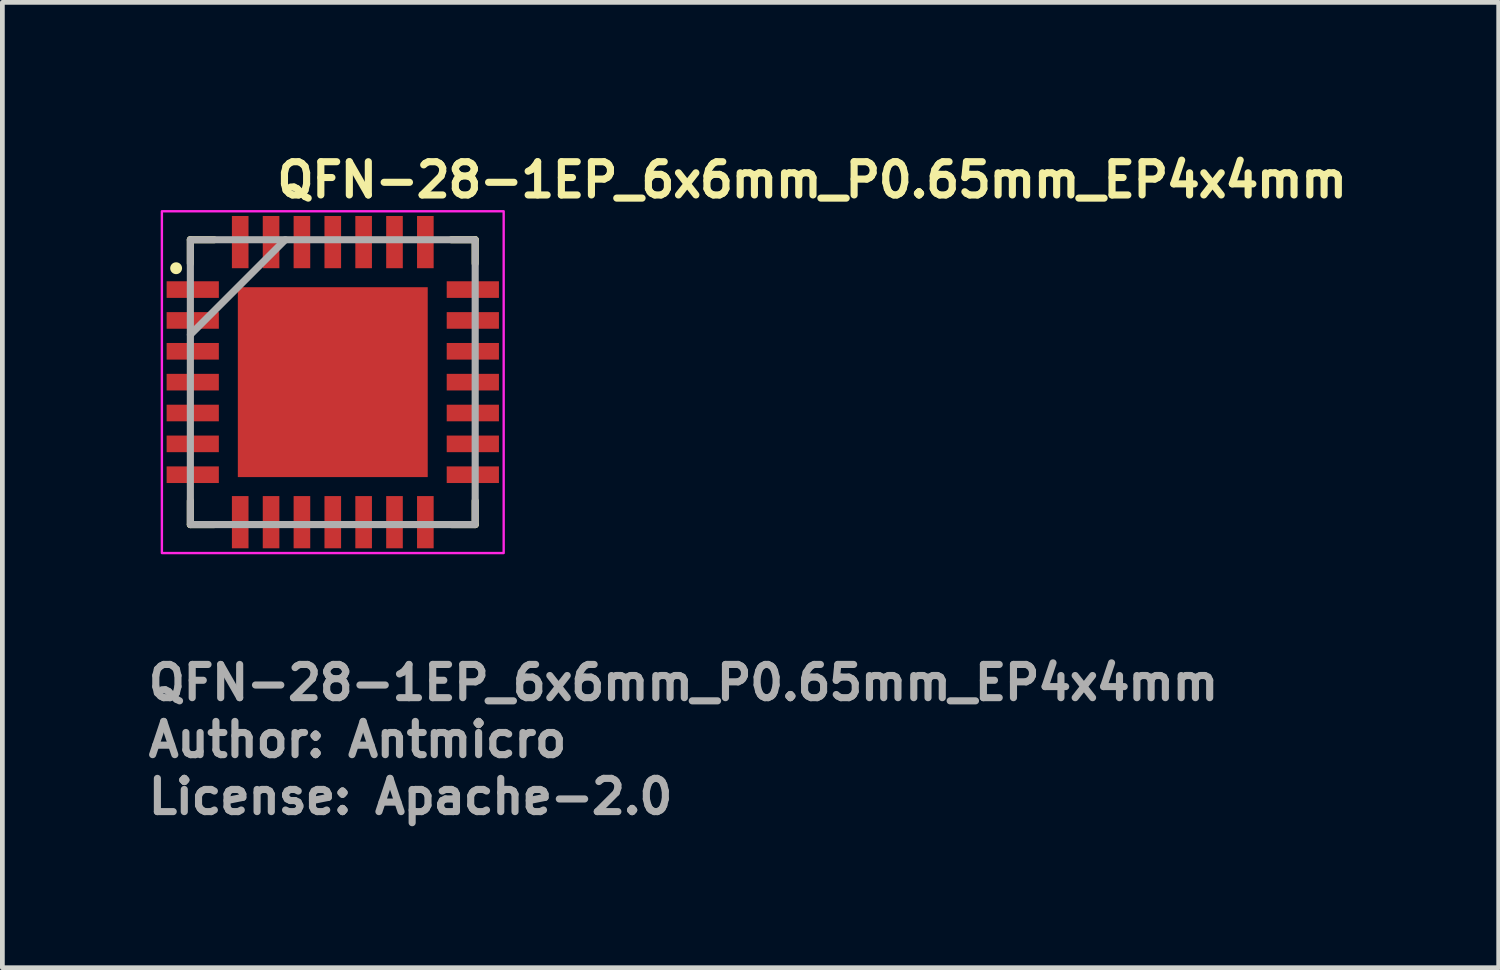
<source format=kicad_pcb>
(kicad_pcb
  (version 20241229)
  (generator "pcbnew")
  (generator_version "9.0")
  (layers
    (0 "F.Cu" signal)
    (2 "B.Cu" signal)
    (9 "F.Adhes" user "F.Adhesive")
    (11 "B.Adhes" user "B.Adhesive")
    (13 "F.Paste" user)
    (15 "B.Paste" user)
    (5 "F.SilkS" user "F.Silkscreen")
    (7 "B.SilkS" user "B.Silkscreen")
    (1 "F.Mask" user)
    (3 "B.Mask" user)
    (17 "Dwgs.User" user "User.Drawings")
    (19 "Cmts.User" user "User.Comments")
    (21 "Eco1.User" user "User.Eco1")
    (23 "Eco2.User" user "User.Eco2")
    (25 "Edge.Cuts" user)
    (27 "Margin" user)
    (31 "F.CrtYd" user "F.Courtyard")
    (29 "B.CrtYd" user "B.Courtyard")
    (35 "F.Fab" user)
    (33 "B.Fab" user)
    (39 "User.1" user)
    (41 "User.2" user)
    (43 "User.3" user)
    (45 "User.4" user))
  (footprint "QFN-28-1EP_6x6mm_P0.65mm_EP4x4mm"
    (layer "F.Cu")
    (at 3.96 5)
    (property "Reference" "QFN-28-1EP_6x6mm_P0.65mm_EP4x4mm" (at -1.25 -3.85 0) (layer "F.SilkS") (effects (font (size 0.7 0.7) (thickness 0.15)) (justify left bottom)))
    (attr smd)
    (fp_line (start -3 -3) (end -3 -2.5) (stroke (width 0.15) (type solid)) (layer "F.SilkS"))
    (fp_line (start -3 -3) (end -2.5 -3) (stroke (width 0.15) (type solid)) (layer "F.SilkS"))
    (fp_line (start -3 3) (end -3 2.5) (stroke (width 0.15) (type solid)) (layer "F.SilkS"))
    (fp_line (start -3 3) (end -2.5 3) (stroke (width 0.15) (type solid)) (layer "F.SilkS"))
    (fp_line (start 3 -3) (end 2.5 -3) (stroke (width 0.15) (type solid)) (layer "F.SilkS"))
    (fp_line (start 3 -3) (end 3 -2.5) (stroke (width 0.15) (type solid)) (layer "F.SilkS"))
    (fp_line (start 3 3) (end 2.5 3) (stroke (width 0.15) (type solid)) (layer "F.SilkS"))
    (fp_line (start 3 3) (end 3 2.5) (stroke (width 0.15) (type solid)) (layer "F.SilkS"))
    (fp_circle (center -3.3 -2.4) (end -3.25 -2.4) (stroke (width 0.15) (type solid)) (fill yes) (layer "F.SilkS"))
    (fp_poly (pts (xy -1.17 -1.17) (xy 1.17 -1.17) (xy 1.17 1.17) (xy -1.17 1.17)) (stroke (width 0.01) (type solid)) (fill yes) (layer "F.Paste"))
    (fp_rect (start -3.6 -3.6) (end 3.6 3.6) (stroke (width 0.05) (type solid)) (fill no) (layer "F.CrtYd"))
    (fp_line (start -3 -1) (end -1 -3) (stroke (width 0.15) (type solid)) (layer "F.Fab"))
    (fp_rect (start -3 -3) (end 3 3) (stroke (width 0.15) (type solid)) (fill no) (layer "F.Fab"))
    (fp_rect (start -3.01 -3.01) (end 3.01 3.01) (stroke (width 0.1) (type solid)) (fill no) (layer "User.5"))
    (fp_line (start -3.01 -2.1) (end -3 -2.1) (stroke (width 0.02) (type solid)) (layer "User.9"))
    (fp_line (start -3.01 -1.8) (end -3.01 -2.1) (stroke (width 0.02) (type solid)) (layer "User.9"))
    (fp_line (start -3.01 -1.45) (end -3 -1.45) (stroke (width 0.02) (type solid)) (layer "User.9"))
    (fp_line (start -3.01 -1.15) (end -3.01 -1.45) (stroke (width 0.02) (type solid)) (layer "User.9"))
    (fp_line (start -3.01 -0.8) (end -3 -0.8) (stroke (width 0.02) (type solid)) (layer "User.9"))
    (fp_line (start -3.01 -0.5) (end -3.01 -0.8) (stroke (width 0.02) (type solid)) (layer "User.9"))
    (fp_line (start -3.01 -0.15) (end -3 -0.15) (stroke (width 0.02) (type solid)) (layer "User.9"))
    (fp_line (start -3.01 0.15) (end -3.01 -0.15) (stroke (width 0.02) (type solid)) (layer "User.9"))
    (fp_line (start -3.01 0.5) (end -3 0.5) (stroke (width 0.02) (type solid)) (layer "User.9"))
    (fp_line (start -3.01 0.8) (end -3.01 0.5) (stroke (width 0.02) (type solid)) (layer "User.9"))
    (fp_line (start -3.01 1.15) (end -3 1.15) (stroke (width 0.02) (type solid)) (layer "User.9"))
    (fp_line (start -3.01 1.45) (end -3.01 1.15) (stroke (width 0.02) (type solid)) (layer "User.9"))
    (fp_line (start -3.01 1.8) (end -3 1.8) (stroke (width 0.02) (type solid)) (layer "User.9"))
    (fp_line (start -3.01 2.1) (end -3.01 1.8) (stroke (width 0.02) (type solid)) (layer "User.9"))
    (fp_line (start -3 -3) (end -3 3) (stroke (width 0.02) (type solid)) (layer "User.9"))
    (fp_line (start -3 -1.8) (end -3.01 -1.8) (stroke (width 0.02) (type solid)) (layer "User.9"))
    (fp_line (start -3 -1.15) (end -3.01 -1.15) (stroke (width 0.02) (type solid)) (layer "User.9"))
    (fp_line (start -3 -0.5) (end -3.01 -0.5) (stroke (width 0.02) (type solid)) (layer "User.9"))
    (fp_line (start -3 0.15) (end -3.01 0.15) (stroke (width 0.02) (type solid)) (layer "User.9"))
    (fp_line (start -3 0.8) (end -3.01 0.8) (stroke (width 0.02) (type solid)) (layer "User.9"))
    (fp_line (start -3 1.45) (end -3.01 1.45) (stroke (width 0.02) (type solid)) (layer "User.9"))
    (fp_line (start -3 2.1) (end -3.01 2.1) (stroke (width 0.02) (type solid)) (layer "User.9"))
    (fp_line (start -3 3) (end 3 3) (stroke (width 0.02) (type solid)) (layer "User.9"))
    (fp_line (start -2.55 -2.3) (end -2.549 -2.284) (stroke (width 0.02) (type solid)) (layer "User.9"))
    (fp_line (start -2.549 -2.316) (end -2.55 -2.3) (stroke (width 0.02) (type solid)) (layer "User.9"))
    (fp_line (start -2.549 -2.284) (end -2.548 -2.268) (stroke (width 0.02) (type solid)) (layer "User.9"))
    (fp_line (start -2.548 -2.332) (end -2.549 -2.316) (stroke (width 0.02) (type solid)) (layer "User.9"))
    (fp_line (start -2.548 -2.268) (end -2.545 -2.252) (stroke (width 0.02) (type solid)) (layer "User.9"))
    (fp_line (start -2.545 -2.348) (end -2.548 -2.332) (stroke (width 0.02) (type solid)) (layer "User.9"))
    (fp_line (start -2.545 -2.252) (end -2.542 -2.236) (stroke (width 0.02) (type solid)) (layer "User.9"))
    (fp_line (start -2.542 -2.364) (end -2.545 -2.348) (stroke (width 0.02) (type solid)) (layer "User.9"))
    (fp_line (start -2.542 -2.236) (end -2.537 -2.22) (stroke (width 0.02) (type solid)) (layer "User.9"))
    (fp_line (start -2.537 -2.38) (end -2.542 -2.364) (stroke (width 0.02) (type solid)) (layer "User.9"))
    (fp_line (start -2.537 -2.22) (end -2.531 -2.205) (stroke (width 0.02) (type solid)) (layer "User.9"))
    (fp_line (start -2.531 -2.395) (end -2.537 -2.38) (stroke (width 0.02) (type solid)) (layer "User.9"))
    (fp_line (start -2.531 -2.205) (end -2.524 -2.19) (stroke (width 0.02) (type solid)) (layer "User.9"))
    (fp_line (start -2.524 -2.41) (end -2.531 -2.395) (stroke (width 0.02) (type solid)) (layer "User.9"))
    (fp_line (start -2.524 -2.19) (end -2.517 -2.175) (stroke (width 0.02) (type solid)) (layer "User.9"))
    (fp_line (start -2.517 -2.425) (end -2.524 -2.41) (stroke (width 0.02) (type solid)) (layer "User.9"))
    (fp_line (start -2.517 -2.425) (end -2.517 -2.425) (stroke (width 0.02) (type solid)) (layer "User.9"))
    (fp_line (start -2.517 -2.175) (end -2.517 -2.175) (stroke (width 0.02) (type solid)) (layer "User.9"))
    (fp_line (start -2.517 -2.175) (end -2.512 -2.168) (stroke (width 0.02) (type solid)) (layer "User.9"))
    (fp_line (start -2.512 -2.168) (end -2.508 -2.161) (stroke (width 0.02) (type solid)) (layer "User.9"))
    (fp_line (start -2.508 -2.439) (end -2.517 -2.425) (stroke (width 0.02) (type solid)) (layer "User.9"))
    (fp_line (start -2.508 -2.161) (end -2.503 -2.154) (stroke (width 0.02) (type solid)) (layer "User.9"))
    (fp_line (start -2.503 -2.154) (end -2.498 -2.147) (stroke (width 0.02) (type solid)) (layer "User.9"))
    (fp_line (start -2.498 -2.453) (end -2.508 -2.439) (stroke (width 0.02) (type solid)) (layer "User.9"))
    (fp_line (start -2.498 -2.147) (end -2.493 -2.141) (stroke (width 0.02) (type solid)) (layer "User.9"))
    (fp_line (start -2.493 -2.141) (end -2.488 -2.135) (stroke (width 0.02) (type solid)) (layer "User.9"))
    (fp_line (start -2.488 -2.465) (end -2.498 -2.453) (stroke (width 0.02) (type solid)) (layer "User.9"))
    (fp_line (start -2.488 -2.135) (end -2.482 -2.129) (stroke (width 0.02) (type solid)) (layer "User.9"))
    (fp_line (start -2.482 -2.129) (end -2.476 -2.123) (stroke (width 0.02) (type solid)) (layer "User.9"))
    (fp_line (start -2.476 -2.477) (end -2.488 -2.465) (stroke (width 0.02) (type solid)) (layer "User.9"))
    (fp_line (start -2.476 -2.123) (end -2.471 -2.117) (stroke (width 0.02) (type solid)) (layer "User.9"))
    (fp_line (start -2.471 -2.117) (end -2.464 -2.112) (stroke (width 0.02) (type solid)) (layer "User.9"))
    (fp_line (start -2.464 -2.488) (end -2.476 -2.477) (stroke (width 0.02) (type solid)) (layer "User.9"))
    (fp_line (start -2.464 -2.112) (end -2.458 -2.106) (stroke (width 0.02) (type solid)) (layer "User.9"))
    (fp_line (start -2.458 -2.106) (end -2.452 -2.101) (stroke (width 0.02) (type solid)) (layer "User.9"))
    (fp_line (start -2.452 -2.499) (end -2.464 -2.488) (stroke (width 0.02) (type solid)) (layer "User.9"))
    (fp_line (start -2.452 -2.101) (end -2.445 -2.097) (stroke (width 0.02) (type solid)) (layer "User.9"))
    (fp_line (start -2.445 -2.097) (end -2.439 -2.092) (stroke (width 0.02) (type solid)) (layer "User.9"))
    (fp_line (start -2.439 -2.508) (end -2.452 -2.499) (stroke (width 0.02) (type solid)) (layer "User.9"))
    (fp_line (start -2.439 -2.092) (end -2.432 -2.088) (stroke (width 0.02) (type solid)) (layer "User.9"))
    (fp_line (start -2.432 -2.088) (end -2.425 -2.083) (stroke (width 0.02) (type solid)) (layer "User.9"))
    (fp_line (start -2.425 -2.517) (end -2.439 -2.508) (stroke (width 0.02) (type solid)) (layer "User.9"))
    (fp_line (start -2.425 -2.083) (end -2.418 -2.08) (stroke (width 0.02) (type solid)) (layer "User.9"))
    (fp_line (start -2.418 -2.08) (end -2.411 -2.076) (stroke (width 0.02) (type solid)) (layer "User.9"))
    (fp_line (start -2.411 -2.524) (end -2.425 -2.517) (stroke (width 0.02) (type solid)) (layer "User.9"))
    (fp_line (start -2.411 -2.076) (end -2.403 -2.072) (stroke (width 0.02) (type solid)) (layer "User.9"))
    (fp_line (start -2.403 -2.072) (end -2.396 -2.069) (stroke (width 0.02) (type solid)) (layer "User.9"))
    (fp_line (start -2.396 -2.531) (end -2.411 -2.524) (stroke (width 0.02) (type solid)) (layer "User.9"))
    (fp_line (start -2.396 -2.069) (end -2.388 -2.066) (stroke (width 0.02) (type solid)) (layer "User.9"))
    (fp_line (start -2.388 -2.066) (end -2.381 -2.063) (stroke (width 0.02) (type solid)) (layer "User.9"))
    (fp_line (start -2.381 -2.537) (end -2.396 -2.531) (stroke (width 0.02) (type solid)) (layer "User.9"))
    (fp_line (start -2.381 -2.063) (end -2.373 -2.061) (stroke (width 0.02) (type solid)) (layer "User.9"))
    (fp_line (start -2.373 -2.061) (end -2.365 -2.059) (stroke (width 0.02) (type solid)) (layer "User.9"))
    (fp_line (start -2.365 -2.541) (end -2.381 -2.537) (stroke (width 0.02) (type solid)) (layer "User.9"))
    (fp_line (start -2.365 -2.059) (end -2.357 -2.057) (stroke (width 0.02) (type solid)) (layer "User.9"))
    (fp_line (start -2.357 -2.057) (end -2.349 -2.055) (stroke (width 0.02) (type solid)) (layer "User.9"))
    (fp_line (start -2.349 -2.545) (end -2.365 -2.541) (stroke (width 0.02) (type solid)) (layer "User.9"))
    (fp_line (start -2.349 -2.055) (end -2.341 -2.053) (stroke (width 0.02) (type solid)) (layer "User.9"))
    (fp_line (start -2.341 -2.053) (end -2.333 -2.052) (stroke (width 0.02) (type solid)) (layer "User.9"))
    (fp_line (start -2.333 -2.548) (end -2.349 -2.545) (stroke (width 0.02) (type solid)) (layer "User.9"))
    (fp_line (start -2.333 -2.052) (end -2.325 -2.051) (stroke (width 0.02) (type solid)) (layer "User.9"))
    (fp_line (start -2.325 -2.051) (end -2.317 -2.051) (stroke (width 0.02) (type solid)) (layer "User.9"))
    (fp_line (start -2.317 -2.549) (end -2.333 -2.548) (stroke (width 0.02) (type solid)) (layer "User.9"))
    (fp_line (start -2.317 -2.051) (end -2.308 -2.05) (stroke (width 0.02) (type solid)) (layer "User.9"))
    (fp_line (start -2.308 -2.05) (end -2.3 -2.05) (stroke (width 0.02) (type solid)) (layer "User.9"))
    (fp_line (start -2.3 -2.55) (end -2.317 -2.549) (stroke (width 0.02) (type solid)) (layer "User.9"))
    (fp_line (start -2.3 -2.05) (end -2.283 -2.051) (stroke (width 0.02) (type solid)) (layer "User.9"))
    (fp_line (start -2.292 -2.55) (end -2.3 -2.55) (stroke (width 0.02) (type solid)) (layer "User.9"))
    (fp_line (start -2.283 -2.549) (end -2.292 -2.55) (stroke (width 0.02) (type solid)) (layer "User.9"))
    (fp_line (start -2.283 -2.051) (end -2.267 -2.052) (stroke (width 0.02) (type solid)) (layer "User.9"))
    (fp_line (start -2.275 -2.549) (end -2.283 -2.549) (stroke (width 0.02) (type solid)) (layer "User.9"))
    (fp_line (start -2.267 -2.548) (end -2.275 -2.549) (stroke (width 0.02) (type solid)) (layer "User.9"))
    (fp_line (start -2.267 -2.052) (end -2.251 -2.055) (stroke (width 0.02) (type solid)) (layer "User.9"))
    (fp_line (start -2.259 -2.547) (end -2.267 -2.548) (stroke (width 0.02) (type solid)) (layer "User.9"))
    (fp_line (start -2.251 -2.545) (end -2.259 -2.547) (stroke (width 0.02) (type solid)) (layer "User.9"))
    (fp_line (start -2.251 -2.055) (end -2.235 -2.059) (stroke (width 0.02) (type solid)) (layer "User.9"))
    (fp_line (start -2.243 -2.543) (end -2.251 -2.545) (stroke (width 0.02) (type solid)) (layer "User.9"))
    (fp_line (start -2.235 -2.541) (end -2.243 -2.543) (stroke (width 0.02) (type solid)) (layer "User.9"))
    (fp_line (start -2.235 -2.059) (end -2.219 -2.063) (stroke (width 0.02) (type solid)) (layer "User.9"))
    (fp_line (start -2.227 -2.539) (end -2.235 -2.541) (stroke (width 0.02) (type solid)) (layer "User.9"))
    (fp_line (start -2.219 -2.537) (end -2.227 -2.539) (stroke (width 0.02) (type solid)) (layer "User.9"))
    (fp_line (start -2.219 -2.063) (end -2.204 -2.069) (stroke (width 0.02) (type solid)) (layer "User.9"))
    (fp_line (start -2.212 -2.534) (end -2.219 -2.537) (stroke (width 0.02) (type solid)) (layer "User.9"))
    (fp_line (start -2.204 -2.531) (end -2.212 -2.534) (stroke (width 0.02) (type solid)) (layer "User.9"))
    (fp_line (start -2.204 -2.069) (end -2.189 -2.076) (stroke (width 0.02) (type solid)) (layer "User.9"))
    (fp_line (start -2.197 -2.528) (end -2.204 -2.531) (stroke (width 0.02) (type solid)) (layer "User.9"))
    (fp_line (start -2.189 -2.524) (end -2.197 -2.528) (stroke (width 0.02) (type solid)) (layer "User.9"))
    (fp_line (start -2.189 -2.076) (end -2.175 -2.083) (stroke (width 0.02) (type solid)) (layer "User.9"))
    (fp_line (start -2.182 -2.52) (end -2.189 -2.524) (stroke (width 0.02) (type solid)) (layer "User.9"))
    (fp_line (start -2.175 -2.517) (end -2.182 -2.52) (stroke (width 0.02) (type solid)) (layer "User.9"))
    (fp_line (start -2.175 -2.083) (end -2.161 -2.092) (stroke (width 0.02) (type solid)) (layer "User.9"))
    (fp_line (start -2.168 -2.512) (end -2.175 -2.517) (stroke (width 0.02) (type solid)) (layer "User.9"))
    (fp_line (start -2.161 -2.508) (end -2.168 -2.512) (stroke (width 0.02) (type solid)) (layer "User.9"))
    (fp_line (start -2.161 -2.092) (end -2.148 -2.101) (stroke (width 0.02) (type solid)) (layer "User.9"))
    (fp_line (start -2.155 -2.503) (end -2.161 -2.508) (stroke (width 0.02) (type solid)) (layer "User.9"))
    (fp_line (start -2.148 -2.499) (end -2.155 -2.503) (stroke (width 0.02) (type solid)) (layer "User.9"))
    (fp_line (start -2.148 -2.101) (end -2.136 -2.112) (stroke (width 0.02) (type solid)) (layer "User.9"))
    (fp_line (start -2.142 -2.494) (end -2.148 -2.499) (stroke (width 0.02) (type solid)) (layer "User.9"))
    (fp_line (start -2.136 -2.488) (end -2.142 -2.494) (stroke (width 0.02) (type solid)) (layer "User.9"))
    (fp_line (start -2.136 -2.112) (end -2.124 -2.123) (stroke (width 0.02) (type solid)) (layer "User.9"))
    (fp_line (start -2.129 -2.483) (end -2.136 -2.488) (stroke (width 0.02) (type solid)) (layer "User.9"))
    (fp_line (start -2.124 -2.477) (end -2.129 -2.483) (stroke (width 0.02) (type solid)) (layer "User.9"))
    (fp_line (start -2.124 -2.123) (end -2.112 -2.135) (stroke (width 0.02) (type solid)) (layer "User.9"))
    (fp_line (start -2.118 -2.471) (end -2.124 -2.477) (stroke (width 0.02) (type solid)) (layer "User.9"))
    (fp_line (start -2.112 -2.465) (end -2.118 -2.471) (stroke (width 0.02) (type solid)) (layer "User.9"))
    (fp_line (start -2.112 -2.135) (end -2.102 -2.147) (stroke (width 0.02) (type solid)) (layer "User.9"))
    (fp_line (start -2.107 -2.459) (end -2.112 -2.465) (stroke (width 0.02) (type solid)) (layer "User.9"))
    (fp_line (start -2.102 -2.453) (end -2.107 -2.459) (stroke (width 0.02) (type solid)) (layer "User.9"))
    (fp_line (start -2.102 -2.147) (end -2.092 -2.161) (stroke (width 0.02) (type solid)) (layer "User.9"))
    (fp_line (start -2.1 -3.01) (end -1.8 -3.01) (stroke (width 0.02) (type solid)) (layer "User.9"))
    (fp_line (start -2.1 -3) (end -2.1 -3.01) (stroke (width 0.02) (type solid)) (layer "User.9"))
    (fp_line (start -2.1 3.01) (end -2.1 3) (stroke (width 0.02) (type solid)) (layer "User.9"))
    (fp_line (start -2.097 -2.446) (end -2.102 -2.453) (stroke (width 0.02) (type solid)) (layer "User.9"))
    (fp_line (start -2.092 -2.439) (end -2.097 -2.446) (stroke (width 0.02) (type solid)) (layer "User.9"))
    (fp_line (start -2.092 -2.161) (end -2.083 -2.175) (stroke (width 0.02) (type solid)) (layer "User.9"))
    (fp_line (start -2.088 -2.432) (end -2.092 -2.439) (stroke (width 0.02) (type solid)) (layer "User.9"))
    (fp_line (start -2.083 -2.425) (end -2.088 -2.432) (stroke (width 0.02) (type solid)) (layer "User.9"))
    (fp_line (start -2.083 -2.425) (end -2.083 -2.425) (stroke (width 0.02) (type solid)) (layer "User.9"))
    (fp_line (start -2.083 -2.175) (end -2.083 -2.175) (stroke (width 0.02) (type solid)) (layer "User.9"))
    (fp_line (start -2.083 -2.175) (end -2.076 -2.19) (stroke (width 0.02) (type solid)) (layer "User.9"))
    (fp_line (start -2.076 -2.41) (end -2.083 -2.425) (stroke (width 0.02) (type solid)) (layer "User.9"))
    (fp_line (start -2.076 -2.19) (end -2.069 -2.205) (stroke (width 0.02) (type solid)) (layer "User.9"))
    (fp_line (start -2.069 -2.395) (end -2.076 -2.41) (stroke (width 0.02) (type solid)) (layer "User.9"))
    (fp_line (start -2.069 -2.205) (end -2.063 -2.22) (stroke (width 0.02) (type solid)) (layer "User.9"))
    (fp_line (start -2.063 -2.38) (end -2.069 -2.395) (stroke (width 0.02) (type solid)) (layer "User.9"))
    (fp_line (start -2.063 -2.22) (end -2.058 -2.236) (stroke (width 0.02) (type solid)) (layer "User.9"))
    (fp_line (start -2.058 -2.364) (end -2.063 -2.38) (stroke (width 0.02) (type solid)) (layer "User.9"))
    (fp_line (start -2.058 -2.236) (end -2.055 -2.252) (stroke (width 0.02) (type solid)) (layer "User.9"))
    (fp_line (start -2.055 -2.348) (end -2.058 -2.364) (stroke (width 0.02) (type solid)) (layer "User.9"))
    (fp_line (start -2.055 -2.252) (end -2.052 -2.268) (stroke (width 0.02) (type solid)) (layer "User.9"))
    (fp_line (start -2.052 -2.332) (end -2.055 -2.348) (stroke (width 0.02) (type solid)) (layer "User.9"))
    (fp_line (start -2.052 -2.268) (end -2.051 -2.284) (stroke (width 0.02) (type solid)) (layer "User.9"))
    (fp_line (start -2.051 -2.316) (end -2.052 -2.332) (stroke (width 0.02) (type solid)) (layer "User.9"))
    (fp_line (start -2.051 -2.284) (end -2.05 -2.3) (stroke (width 0.02) (type solid)) (layer "User.9"))
    (fp_line (start -2.05 -2.3) (end -2.051 -2.316) (stroke (width 0.02) (type solid)) (layer "User.9"))
    (fp_line (start -1.8 -3.01) (end -1.8 -3) (stroke (width 0.02) (type solid)) (layer "User.9"))
    (fp_line (start -1.8 3) (end -1.8 3.01) (stroke (width 0.02) (type solid)) (layer "User.9"))
    (fp_line (start -1.8 3.01) (end -2.1 3.01) (stroke (width 0.02) (type solid)) (layer "User.9"))
    (fp_line (start -1.45 -3.01) (end -1.15 -3.01) (stroke (width 0.02) (type solid)) (layer "User.9"))
    (fp_line (start -1.45 -3) (end -1.45 -3.01) (stroke (width 0.02) (type solid)) (layer "User.9"))
    (fp_line (start -1.45 3.01) (end -1.45 3) (stroke (width 0.02) (type solid)) (layer "User.9"))
    (fp_line (start -1.15 -3.01) (end -1.15 -3) (stroke (width 0.02) (type solid)) (layer "User.9"))
    (fp_line (start -1.15 3) (end -1.15 3.01) (stroke (width 0.02) (type solid)) (layer "User.9"))
    (fp_line (start -1.15 3.01) (end -1.45 3.01) (stroke (width 0.02) (type solid)) (layer "User.9"))
    (fp_line (start -0.8 -3.01) (end -0.5 -3.01) (stroke (width 0.02) (type solid)) (layer "User.9"))
    (fp_line (start -0.8 -3) (end -0.8 -3.01) (stroke (width 0.02) (type solid)) (layer "User.9"))
    (fp_line (start -0.8 3.01) (end -0.8 3) (stroke (width 0.02) (type solid)) (layer "User.9"))
    (fp_line (start -0.5 -3.01) (end -0.5 -3) (stroke (width 0.02) (type solid)) (layer "User.9"))
    (fp_line (start -0.5 3) (end -0.5 3.01) (stroke (width 0.02) (type solid)) (layer "User.9"))
    (fp_line (start -0.5 3.01) (end -0.8 3.01) (stroke (width 0.02) (type solid)) (layer "User.9"))
    (fp_line (start -0.15 -3.01) (end 0.15 -3.01) (stroke (width 0.02) (type solid)) (layer "User.9"))
    (fp_line (start -0.15 -3) (end -0.15 -3.01) (stroke (width 0.02) (type solid)) (layer "User.9"))
    (fp_line (start -0.15 3.01) (end -0.15 3) (stroke (width 0.02) (type solid)) (layer "User.9"))
    (fp_line (start 0.15 -3.01) (end 0.15 -3) (stroke (width 0.02) (type solid)) (layer "User.9"))
    (fp_line (start 0.15 3) (end 0.15 3.01) (stroke (width 0.02) (type solid)) (layer "User.9"))
    (fp_line (start 0.15 3.01) (end -0.15 3.01) (stroke (width 0.02) (type solid)) (layer "User.9"))
    (fp_line (start 0.5 -3.01) (end 0.8 -3.01) (stroke (width 0.02) (type solid)) (layer "User.9"))
    (fp_line (start 0.5 -3) (end 0.5 -3.01) (stroke (width 0.02) (type solid)) (layer "User.9"))
    (fp_line (start 0.5 3.01) (end 0.5 3) (stroke (width 0.02) (type solid)) (layer "User.9"))
    (fp_line (start 0.8 -3.01) (end 0.8 -3) (stroke (width 0.02) (type solid)) (layer "User.9"))
    (fp_line (start 0.8 3) (end 0.8 3.01) (stroke (width 0.02) (type solid)) (layer "User.9"))
    (fp_line (start 0.8 3.01) (end 0.5 3.01) (stroke (width 0.02) (type solid)) (layer "User.9"))
    (fp_line (start 1.15 -3.01) (end 1.45 -3.01) (stroke (width 0.02) (type solid)) (layer "User.9"))
    (fp_line (start 1.15 -3) (end 1.15 -3.01) (stroke (width 0.02) (type solid)) (layer "User.9"))
    (fp_line (start 1.15 3.01) (end 1.15 3) (stroke (width 0.02) (type solid)) (layer "User.9"))
    (fp_line (start 1.45 -3.01) (end 1.45 -3) (stroke (width 0.02) (type solid)) (layer "User.9"))
    (fp_line (start 1.45 3) (end 1.45 3.01) (stroke (width 0.02) (type solid)) (layer "User.9"))
    (fp_line (start 1.45 3.01) (end 1.15 3.01) (stroke (width 0.02) (type solid)) (layer "User.9"))
    (fp_line (start 1.8 -3.01) (end 2.1 -3.01) (stroke (width 0.02) (type solid)) (layer "User.9"))
    (fp_line (start 1.8 -3) (end 1.8 -3.01) (stroke (width 0.02) (type solid)) (layer "User.9"))
    (fp_line (start 1.8 3.01) (end 1.8 3) (stroke (width 0.02) (type solid)) (layer "User.9"))
    (fp_line (start 2.1 -3.01) (end 2.1 -3) (stroke (width 0.02) (type solid)) (layer "User.9"))
    (fp_line (start 2.1 3) (end 2.1 3.01) (stroke (width 0.02) (type solid)) (layer "User.9"))
    (fp_line (start 2.1 3.01) (end 1.8 3.01) (stroke (width 0.02) (type solid)) (layer "User.9"))
    (fp_line (start 3 -3) (end -3 -3) (stroke (width 0.02) (type solid)) (layer "User.9"))
    (fp_line (start 3 -2.1) (end 3.01 -2.1) (stroke (width 0.02) (type solid)) (layer "User.9"))
    (fp_line (start 3 -1.45) (end 3.01 -1.45) (stroke (width 0.02) (type solid)) (layer "User.9"))
    (fp_line (start 3 -0.8) (end 3.01 -0.8) (stroke (width 0.02) (type solid)) (layer "User.9"))
    (fp_line (start 3 -0.15) (end 3.01 -0.15) (stroke (width 0.02) (type solid)) (layer "User.9"))
    (fp_line (start 3 0.5) (end 3.01 0.5) (stroke (width 0.02) (type solid)) (layer "User.9"))
    (fp_line (start 3 1.15) (end 3.01 1.15) (stroke (width 0.02) (type solid)) (layer "User.9"))
    (fp_line (start 3 1.8) (end 3.01 1.8) (stroke (width 0.02) (type solid)) (layer "User.9"))
    (fp_line (start 3 3) (end 3 -3) (stroke (width 0.02) (type solid)) (layer "User.9"))
    (fp_line (start 3.01 -2.1) (end 3.01 -1.8) (stroke (width 0.02) (type solid)) (layer "User.9"))
    (fp_line (start 3.01 -1.8) (end 3 -1.8) (stroke (width 0.02) (type solid)) (layer "User.9"))
    (fp_line (start 3.01 -1.45) (end 3.01 -1.15) (stroke (width 0.02) (type solid)) (layer "User.9"))
    (fp_line (start 3.01 -1.15) (end 3 -1.15) (stroke (width 0.02) (type solid)) (layer "User.9"))
    (fp_line (start 3.01 -0.8) (end 3.01 -0.5) (stroke (width 0.02) (type solid)) (layer "User.9"))
    (fp_line (start 3.01 -0.5) (end 3 -0.5) (stroke (width 0.02) (type solid)) (layer "User.9"))
    (fp_line (start 3.01 -0.15) (end 3.01 0.15) (stroke (width 0.02) (type solid)) (layer "User.9"))
    (fp_line (start 3.01 0.15) (end 3 0.15) (stroke (width 0.02) (type solid)) (layer "User.9"))
    (fp_line (start 3.01 0.5) (end 3.01 0.8) (stroke (width 0.02) (type solid)) (layer "User.9"))
    (fp_line (start 3.01 0.8) (end 3 0.8) (stroke (width 0.02) (type solid)) (layer "User.9"))
    (fp_line (start 3.01 1.15) (end 3.01 1.45) (stroke (width 0.02) (type solid)) (layer "User.9"))
    (fp_line (start 3.01 1.45) (end 3 1.45) (stroke (width 0.02) (type solid)) (layer "User.9"))
    (fp_line (start 3.01 1.8) (end 3.01 2.1) (stroke (width 0.02) (type solid)) (layer "User.9"))
    (fp_line (start 3.01 2.1) (end 3 2.1) (stroke (width 0.02) (type solid)) (layer "User.9"))
    (fp_text user "License: Apache-2.0" (at -3.96 9.14 0) (layer "F.Fab") (effects (font (size 0.7 0.7) (thickness 0.15)) (justify left bottom)))
    (fp_text user "Author: Antmicro" (at -3.96 7.94 0) (layer "F.Fab") (effects (font (size 0.7 0.7) (thickness 0.15)) (justify left bottom)))
    (fp_text user "${REFERENCE}" (at -3.96 6.74 0) (layer "F.Fab") (effects (font (size 0.7 0.7) (thickness 0.15)) (justify left bottom)))
    (pad "1" smd rect (at -2.95 -1.95) (size 1.1 0.35) (layers "F.Cu" "F.Mask" "F.Paste"))
    (pad "2" smd rect (at -2.95 -1.3) (size 1.1 0.35) (layers "F.Cu" "F.Mask" "F.Paste"))
    (pad "3" smd rect (at -2.95 -0.65) (size 1.1 0.35) (layers "F.Cu" "F.Mask" "F.Paste"))
    (pad "4" smd rect (at -2.95 0) (size 1.1 0.35) (layers "F.Cu" "F.Mask" "F.Paste"))
    (pad "5" smd rect (at -2.95 0.65) (size 1.1 0.35) (layers "F.Cu" "F.Mask" "F.Paste"))
    (pad "6" smd rect (at -2.95 1.3) (size 1.1 0.35) (layers "F.Cu" "F.Mask" "F.Paste"))
    (pad "7" smd rect (at -2.95 1.95) (size 1.1 0.35) (layers "F.Cu" "F.Mask" "F.Paste"))
    (pad "8" smd rect (at -1.95 2.95) (size 0.35 1.1) (layers "F.Cu" "F.Mask" "F.Paste"))
    (pad "9" smd rect (at -1.3 2.95) (size 0.35 1.1) (layers "F.Cu" "F.Mask" "F.Paste"))
    (pad "10" smd rect (at -0.65 2.95) (size 0.35 1.1) (layers "F.Cu" "F.Mask" "F.Paste"))
    (pad "11" smd rect (at 0 2.95) (size 0.35 1.1) (layers "F.Cu" "F.Mask" "F.Paste"))
    (pad "12" smd rect (at 0.65 2.95) (size 0.35 1.1) (layers "F.Cu" "F.Mask" "F.Paste"))
    (pad "13" smd rect (at 1.3 2.95) (size 0.35 1.1) (layers "F.Cu" "F.Mask" "F.Paste"))
    (pad "14" smd rect (at 1.95 2.95) (size 0.35 1.1) (layers "F.Cu" "F.Mask" "F.Paste"))
    (pad "15" smd rect (at 2.95 1.95) (size 1.1 0.35) (layers "F.Cu" "F.Mask" "F.Paste"))
    (pad "16" smd rect (at 2.95 1.3) (size 1.1 0.35) (layers "F.Cu" "F.Mask" "F.Paste"))
    (pad "17" smd rect (at 2.95 0.65) (size 1.1 0.35) (layers "F.Cu" "F.Mask" "F.Paste"))
    (pad "18" smd rect (at 2.95 0) (size 1.1 0.35) (layers "F.Cu" "F.Mask" "F.Paste"))
    (pad "19" smd rect (at 2.95 -0.65) (size 1.1 0.35) (layers "F.Cu" "F.Mask" "F.Paste"))
    (pad "20" smd rect (at 2.95 -1.3) (size 1.1 0.35) (layers "F.Cu" "F.Mask" "F.Paste"))
    (pad "21" smd rect (at 2.95 -1.95) (size 1.1 0.35) (layers "F.Cu" "F.Mask" "F.Paste"))
    (pad "22" smd rect (at 1.95 -2.95) (size 0.35 1.1) (layers "F.Cu" "F.Mask" "F.Paste"))
    (pad "23" smd rect (at 1.3 -2.95) (size 0.35 1.1) (layers "F.Cu" "F.Mask" "F.Paste"))
    (pad "24" smd rect (at 0.65 -2.95) (size 0.35 1.1) (layers "F.Cu" "F.Mask" "F.Paste"))
    (pad "25" smd rect (at 0 -2.95) (size 0.35 1.1) (layers "F.Cu" "F.Mask" "F.Paste"))
    (pad "26" smd rect (at -0.65 -2.95) (size 0.35 1.1) (layers "F.Cu" "F.Mask" "F.Paste"))
    (pad "27" smd rect (at -1.3 -2.95) (size 0.35 1.1) (layers "F.Cu" "F.Mask" "F.Paste"))
    (pad "28" smd rect (at -1.95 -2.95) (size 0.35 1.1) (layers "F.Cu" "F.Mask" "F.Paste"))
    (pad "29" smd rect (at 0 0) (size 4 4) (layers "F.Cu" "F.Mask")))
  (gr_rect
    (start -3 -3)
    (end 28.52 17.335)
    (stroke (width 0.1) (type default))
    (fill no)
    (layer "Edge.Cuts")))
</source>
